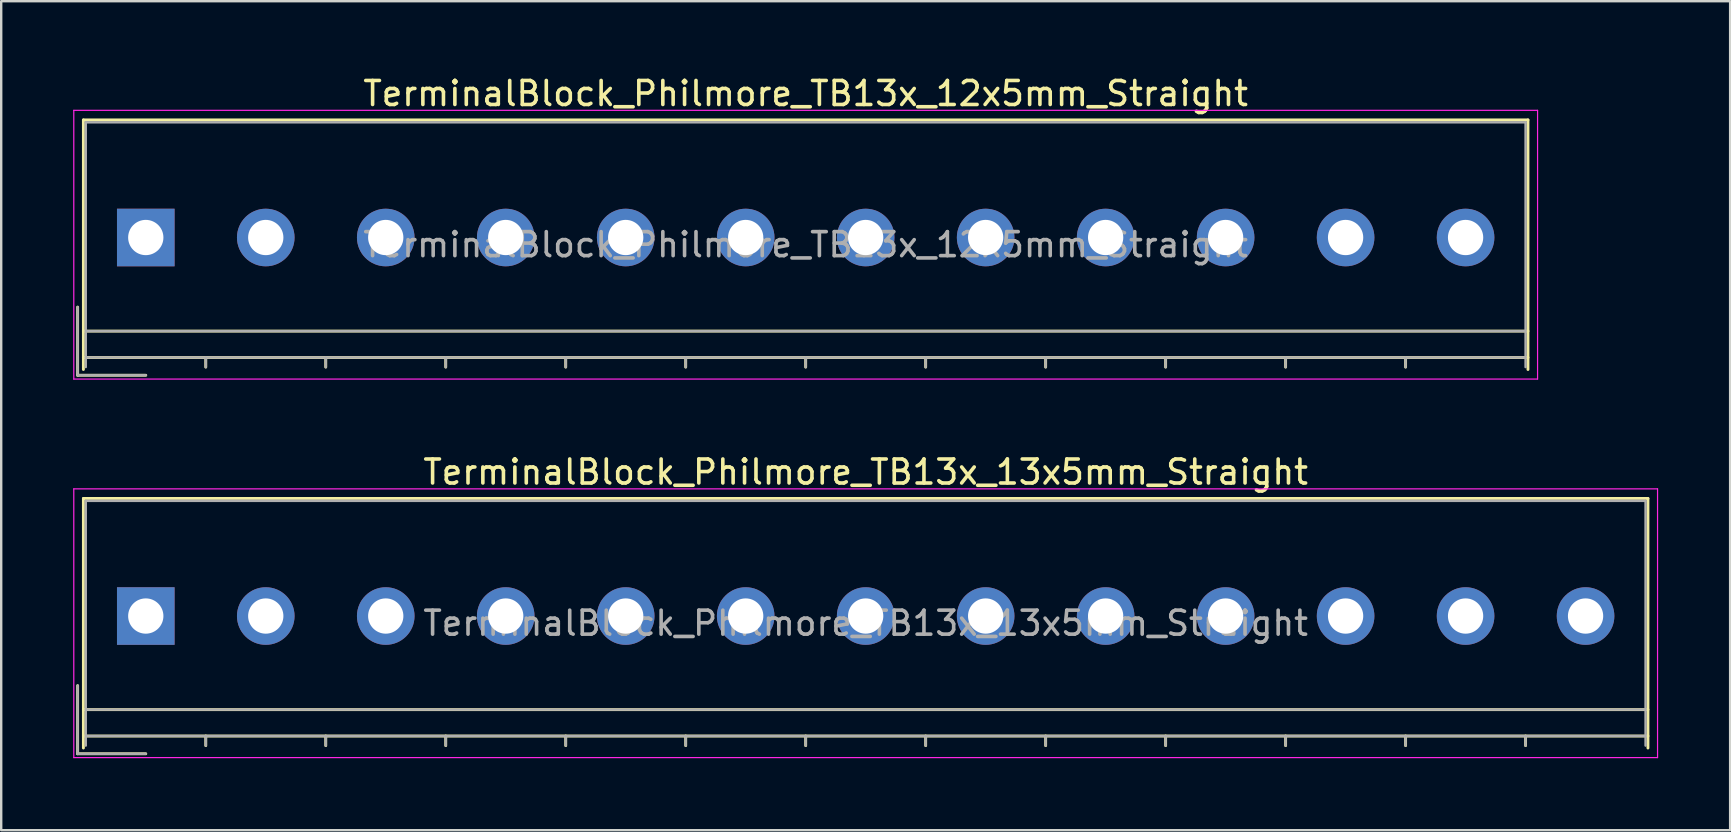
<source format=kicad_pcb>
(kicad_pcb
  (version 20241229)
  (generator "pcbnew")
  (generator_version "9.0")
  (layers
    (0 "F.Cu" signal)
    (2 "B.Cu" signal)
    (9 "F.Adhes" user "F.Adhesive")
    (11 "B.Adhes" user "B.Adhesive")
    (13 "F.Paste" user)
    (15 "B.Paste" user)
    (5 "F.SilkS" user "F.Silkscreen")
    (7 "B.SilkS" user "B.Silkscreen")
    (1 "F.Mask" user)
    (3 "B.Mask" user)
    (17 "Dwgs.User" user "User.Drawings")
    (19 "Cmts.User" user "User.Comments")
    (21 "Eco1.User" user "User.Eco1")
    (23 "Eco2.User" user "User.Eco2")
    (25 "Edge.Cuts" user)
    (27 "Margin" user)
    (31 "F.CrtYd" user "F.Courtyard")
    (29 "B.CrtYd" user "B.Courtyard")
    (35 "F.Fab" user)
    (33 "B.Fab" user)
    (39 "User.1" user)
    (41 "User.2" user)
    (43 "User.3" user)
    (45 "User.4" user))
  (footprint "TerminalBlock_Philmore_TB13x_12x5mm_Straight"
    (layer "F.Cu")
    (at 3.025 6.848)
    (property "Reference" "TerminalBlock_Philmore_TB13x_12x5mm_Straight" (at 27.5 -6 0) (layer "F.SilkS") (effects (font (size 1 1) (thickness 0.15))))
    (attr through_hole)
    (fp_line (start -2.84 2.9) (end -2.84 5.74) (stroke (width 0.12) (type solid)) (layer "F.SilkS"))
    (fp_line (start -2.84 5.74) (end 0 5.74) (stroke (width 0.12) (type solid)) (layer "F.SilkS"))
    (fp_line (start -2.6 -4.9) (end 57.6 -4.9) (stroke (width 0.12) (type solid)) (layer "F.SilkS"))
    (fp_line (start -2.6 3.9) (end 57.6 3.9) (stroke (width 0.12) (type solid)) (layer "F.SilkS"))
    (fp_line (start -2.6 5) (end 57.6 5) (stroke (width 0.12) (type solid)) (layer "F.SilkS"))
    (fp_line (start -2.6 5.5) (end -2.6 -4.9) (stroke (width 0.12) (type solid)) (layer "F.SilkS"))
    (fp_line (start 2.5 5) (end 2.5 5.4) (stroke (width 0.12) (type solid)) (layer "F.SilkS"))
    (fp_line (start 7.5 5) (end 7.5 5.4) (stroke (width 0.12) (type solid)) (layer "F.SilkS"))
    (fp_line (start 12.5 5) (end 12.5 5.4) (stroke (width 0.12) (type solid)) (layer "F.SilkS"))
    (fp_line (start 17.5 5) (end 17.5 5.4) (stroke (width 0.12) (type solid)) (layer "F.SilkS"))
    (fp_line (start 22.5 5) (end 22.5 5.4) (stroke (width 0.12) (type solid)) (layer "F.SilkS"))
    (fp_line (start 27.5 5) (end 27.5 5.4) (stroke (width 0.12) (type solid)) (layer "F.SilkS"))
    (fp_line (start 32.5 5) (end 32.5 5.4) (stroke (width 0.12) (type solid)) (layer "F.SilkS"))
    (fp_line (start 37.5 5) (end 37.5 5.4) (stroke (width 0.12) (type solid)) (layer "F.SilkS"))
    (fp_line (start 42.5 5) (end 42.5 5.4) (stroke (width 0.12) (type solid)) (layer "F.SilkS"))
    (fp_line (start 47.5 5) (end 47.5 5.4) (stroke (width 0.12) (type solid)) (layer "F.SilkS"))
    (fp_line (start 52.5 5) (end 52.5 5.4) (stroke (width 0.12) (type solid)) (layer "F.SilkS"))
    (fp_line (start 57.6 -4.9) (end 57.6 5.5) (stroke (width 0.12) (type solid)) (layer "F.SilkS"))
    (fp_line (start -3 -5.3) (end -3 5.9) (stroke (width 0.05) (type solid)) (layer "F.CrtYd"))
    (fp_line (start -3 5.9) (end 58 5.9) (stroke (width 0.05) (type solid)) (layer "F.CrtYd"))
    (fp_line (start 58 -5.3) (end -3 -5.3) (stroke (width 0.05) (type solid)) (layer "F.CrtYd"))
    (fp_line (start 58 5.9) (end 58 -5.3) (stroke (width 0.05) (type solid)) (layer "F.CrtYd"))
    (fp_line (start -2.84 2.9) (end -2.84 5.74) (stroke (width 0.1) (type solid)) (layer "F.Fab"))
    (fp_line (start -2.84 5.74) (end 0 5.74) (stroke (width 0.1) (type solid)) (layer "F.Fab"))
    (fp_line (start -2.5 -4.8) (end 57.5 -4.8) (stroke (width 0.1) (type solid)) (layer "F.Fab"))
    (fp_line (start -2.5 3.9) (end 57.5 3.9) (stroke (width 0.1) (type solid)) (layer "F.Fab"))
    (fp_line (start -2.5 5) (end 57.5 5) (stroke (width 0.1) (type solid)) (layer "F.Fab"))
    (fp_line (start -2.5 5.4) (end -2.5 -4.8) (stroke (width 0.1) (type solid)) (layer "F.Fab"))
    (fp_line (start 2.5 5) (end 2.5 5.4) (stroke (width 0.1) (type solid)) (layer "F.Fab"))
    (fp_line (start 7.5 5) (end 7.5 5.4) (stroke (width 0.1) (type solid)) (layer "F.Fab"))
    (fp_line (start 12.5 5) (end 12.5 5.4) (stroke (width 0.1) (type solid)) (layer "F.Fab"))
    (fp_line (start 17.5 5) (end 17.5 5.4) (stroke (width 0.1) (type solid)) (layer "F.Fab"))
    (fp_line (start 22.5 5) (end 22.5 5.4) (stroke (width 0.1) (type solid)) (layer "F.Fab"))
    (fp_line (start 27.5 5) (end 27.5 5.4) (stroke (width 0.1) (type solid)) (layer "F.Fab"))
    (fp_line (start 32.5 5) (end 32.5 5.4) (stroke (width 0.1) (type solid)) (layer "F.Fab"))
    (fp_line (start 37.5 5) (end 37.5 5.4) (stroke (width 0.1) (type solid)) (layer "F.Fab"))
    (fp_line (start 42.5 5) (end 42.5 5.4) (stroke (width 0.1) (type solid)) (layer "F.Fab"))
    (fp_line (start 47.5 5) (end 47.5 5.4) (stroke (width 0.1) (type solid)) (layer "F.Fab"))
    (fp_line (start 52.5 5) (end 52.5 5.4) (stroke (width 0.1) (type solid)) (layer "F.Fab"))
    (fp_line (start 57.5 -4.8) (end 57.5 5.4) (stroke (width 0.1) (type solid)) (layer "F.Fab"))
    (fp_text user "${REFERENCE}" (at 27.5 0.3 0) (layer "F.Fab") (effects (font (size 1 1) (thickness 0.15))))
    (pad "1" thru_hole rect (at 0 0) (size 2.4 2.4) (drill 1.47) (layers "*.Cu" "*.Mask"))
    (pad "2" thru_hole circle (at 5 0) (size 2.4 2.4) (drill 1.47) (layers "*.Cu" "*.Mask"))
    (pad "3" thru_hole circle (at 10 0) (size 2.4 2.4) (drill 1.47) (layers "*.Cu" "*.Mask"))
    (pad "4" thru_hole circle (at 15 0) (size 2.4 2.4) (drill 1.47) (layers "*.Cu" "*.Mask"))
    (pad "5" thru_hole circle (at 20 0) (size 2.4 2.4) (drill 1.47) (layers "*.Cu" "*.Mask"))
    (pad "6" thru_hole circle (at 25 0) (size 2.4 2.4) (drill 1.47) (layers "*.Cu" "*.Mask"))
    (pad "7" thru_hole circle (at 30 0) (size 2.4 2.4) (drill 1.47) (layers "*.Cu" "*.Mask"))
    (pad "8" thru_hole circle (at 35 0) (size 2.4 2.4) (drill 1.47) (layers "*.Cu" "*.Mask"))
    (pad "9" thru_hole circle (at 40 0) (size 2.4 2.4) (drill 1.47) (layers "*.Cu" "*.Mask"))
    (pad "10" thru_hole circle (at 45 0) (size 2.4 2.4) (drill 1.47) (layers "*.Cu" "*.Mask"))
    (pad "11" thru_hole circle (at 50 0) (size 2.4 2.4) (drill 1.47) (layers "*.Cu" "*.Mask"))
    (pad "12" thru_hole circle (at 55 0) (size 2.4 2.4) (drill 1.47) (layers "*.Cu" "*.Mask")))
  (footprint "TerminalBlock_Philmore_TB13x_13x5mm_Straight"
    (layer "F.Cu")
    (at 3.025 22.622)
    (property "Reference" "TerminalBlock_Philmore_TB13x_13x5mm_Straight" (at 30 -6 0) (layer "F.SilkS") (effects (font (size 1 1) (thickness 0.15))))
    (attr through_hole)
    (fp_line (start -2.84 2.9) (end -2.84 5.74) (stroke (width 0.12) (type solid)) (layer "F.SilkS"))
    (fp_line (start -2.84 5.74) (end 0 5.74) (stroke (width 0.12) (type solid)) (layer "F.SilkS"))
    (fp_line (start -2.6 -4.9) (end 62.6 -4.9) (stroke (width 0.12) (type solid)) (layer "F.SilkS"))
    (fp_line (start -2.6 3.9) (end 62.6 3.9) (stroke (width 0.12) (type solid)) (layer "F.SilkS"))
    (fp_line (start -2.6 5) (end 62.6 5) (stroke (width 0.12) (type solid)) (layer "F.SilkS"))
    (fp_line (start -2.6 5.5) (end -2.6 -4.9) (stroke (width 0.12) (type solid)) (layer "F.SilkS"))
    (fp_line (start 2.5 5) (end 2.5 5.4) (stroke (width 0.12) (type solid)) (layer "F.SilkS"))
    (fp_line (start 7.5 5) (end 7.5 5.4) (stroke (width 0.12) (type solid)) (layer "F.SilkS"))
    (fp_line (start 12.5 5) (end 12.5 5.4) (stroke (width 0.12) (type solid)) (layer "F.SilkS"))
    (fp_line (start 17.5 5) (end 17.5 5.4) (stroke (width 0.12) (type solid)) (layer "F.SilkS"))
    (fp_line (start 22.5 5) (end 22.5 5.4) (stroke (width 0.12) (type solid)) (layer "F.SilkS"))
    (fp_line (start 27.5 5) (end 27.5 5.4) (stroke (width 0.12) (type solid)) (layer "F.SilkS"))
    (fp_line (start 32.5 5) (end 32.5 5.4) (stroke (width 0.12) (type solid)) (layer "F.SilkS"))
    (fp_line (start 37.5 5) (end 37.5 5.4) (stroke (width 0.12) (type solid)) (layer "F.SilkS"))
    (fp_line (start 42.5 5) (end 42.5 5.4) (stroke (width 0.12) (type solid)) (layer "F.SilkS"))
    (fp_line (start 47.5 5) (end 47.5 5.4) (stroke (width 0.12) (type solid)) (layer "F.SilkS"))
    (fp_line (start 52.5 5) (end 52.5 5.4) (stroke (width 0.12) (type solid)) (layer "F.SilkS"))
    (fp_line (start 57.5 5) (end 57.5 5.4) (stroke (width 0.12) (type solid)) (layer "F.SilkS"))
    (fp_line (start 62.6 -4.9) (end 62.6 5.5) (stroke (width 0.12) (type solid)) (layer "F.SilkS"))
    (fp_line (start -3 -5.3) (end -3 5.9) (stroke (width 0.05) (type solid)) (layer "F.CrtYd"))
    (fp_line (start -3 5.9) (end 63 5.9) (stroke (width 0.05) (type solid)) (layer "F.CrtYd"))
    (fp_line (start 63 -5.3) (end -3 -5.3) (stroke (width 0.05) (type solid)) (layer "F.CrtYd"))
    (fp_line (start 63 5.9) (end 63 -5.3) (stroke (width 0.05) (type solid)) (layer "F.CrtYd"))
    (fp_line (start -2.84 2.9) (end -2.84 5.74) (stroke (width 0.1) (type solid)) (layer "F.Fab"))
    (fp_line (start -2.84 5.74) (end 0 5.74) (stroke (width 0.1) (type solid)) (layer "F.Fab"))
    (fp_line (start -2.5 -4.8) (end 62.5 -4.8) (stroke (width 0.1) (type solid)) (layer "F.Fab"))
    (fp_line (start -2.5 3.9) (end 62.5 3.9) (stroke (width 0.1) (type solid)) (layer "F.Fab"))
    (fp_line (start -2.5 5) (end 62.5 5) (stroke (width 0.1) (type solid)) (layer "F.Fab"))
    (fp_line (start -2.5 5.4) (end -2.5 -4.8) (stroke (width 0.1) (type solid)) (layer "F.Fab"))
    (fp_line (start 2.5 5) (end 2.5 5.4) (stroke (width 0.1) (type solid)) (layer "F.Fab"))
    (fp_line (start 7.5 5) (end 7.5 5.4) (stroke (width 0.1) (type solid)) (layer "F.Fab"))
    (fp_line (start 12.5 5) (end 12.5 5.4) (stroke (width 0.1) (type solid)) (layer "F.Fab"))
    (fp_line (start 17.5 5) (end 17.5 5.4) (stroke (width 0.1) (type solid)) (layer "F.Fab"))
    (fp_line (start 22.5 5) (end 22.5 5.4) (stroke (width 0.1) (type solid)) (layer "F.Fab"))
    (fp_line (start 27.5 5) (end 27.5 5.4) (stroke (width 0.1) (type solid)) (layer "F.Fab"))
    (fp_line (start 32.5 5) (end 32.5 5.4) (stroke (width 0.1) (type solid)) (layer "F.Fab"))
    (fp_line (start 37.5 5) (end 37.5 5.4) (stroke (width 0.1) (type solid)) (layer "F.Fab"))
    (fp_line (start 42.5 5) (end 42.5 5.4) (stroke (width 0.1) (type solid)) (layer "F.Fab"))
    (fp_line (start 47.5 5) (end 47.5 5.4) (stroke (width 0.1) (type solid)) (layer "F.Fab"))
    (fp_line (start 52.5 5) (end 52.5 5.4) (stroke (width 0.1) (type solid)) (layer "F.Fab"))
    (fp_line (start 57.5 5) (end 57.5 5.4) (stroke (width 0.1) (type solid)) (layer "F.Fab"))
    (fp_line (start 62.5 -4.8) (end 62.5 5.4) (stroke (width 0.1) (type solid)) (layer "F.Fab"))
    (fp_text user "${REFERENCE}" (at 30 0.3 0) (layer "F.Fab") (effects (font (size 1 1) (thickness 0.15))))
    (pad "1" thru_hole rect (at 0 0) (size 2.4 2.4) (drill 1.47) (layers "*.Cu" "*.Mask"))
    (pad "2" thru_hole circle (at 5 0) (size 2.4 2.4) (drill 1.47) (layers "*.Cu" "*.Mask"))
    (pad "3" thru_hole circle (at 10 0) (size 2.4 2.4) (drill 1.47) (layers "*.Cu" "*.Mask"))
    (pad "4" thru_hole circle (at 15 0) (size 2.4 2.4) (drill 1.47) (layers "*.Cu" "*.Mask"))
    (pad "5" thru_hole circle (at 20 0) (size 2.4 2.4) (drill 1.47) (layers "*.Cu" "*.Mask"))
    (pad "6" thru_hole circle (at 25 0) (size 2.4 2.4) (drill 1.47) (layers "*.Cu" "*.Mask"))
    (pad "7" thru_hole circle (at 30 0) (size 2.4 2.4) (drill 1.47) (layers "*.Cu" "*.Mask"))
    (pad "8" thru_hole circle (at 35 0) (size 2.4 2.4) (drill 1.47) (layers "*.Cu" "*.Mask"))
    (pad "9" thru_hole circle (at 40 0) (size 2.4 2.4) (drill 1.47) (layers "*.Cu" "*.Mask"))
    (pad "10" thru_hole circle (at 45 0) (size 2.4 2.4) (drill 1.47) (layers "*.Cu" "*.Mask"))
    (pad "11" thru_hole circle (at 50 0) (size 2.4 2.4) (drill 1.47) (layers "*.Cu" "*.Mask"))
    (pad "12" thru_hole circle (at 55 0) (size 2.4 2.4) (drill 1.47) (layers "*.Cu" "*.Mask"))
    (pad "13" thru_hole circle (at 60 0) (size 2.4 2.4) (drill 1.47) (layers "*.Cu" "*.Mask")))
  (gr_rect
    (start -3 -3)
    (end 69.05 31.547)
    (stroke (width 0.1) (type default))
    (fill no)
    (layer "Edge.Cuts")))
</source>
